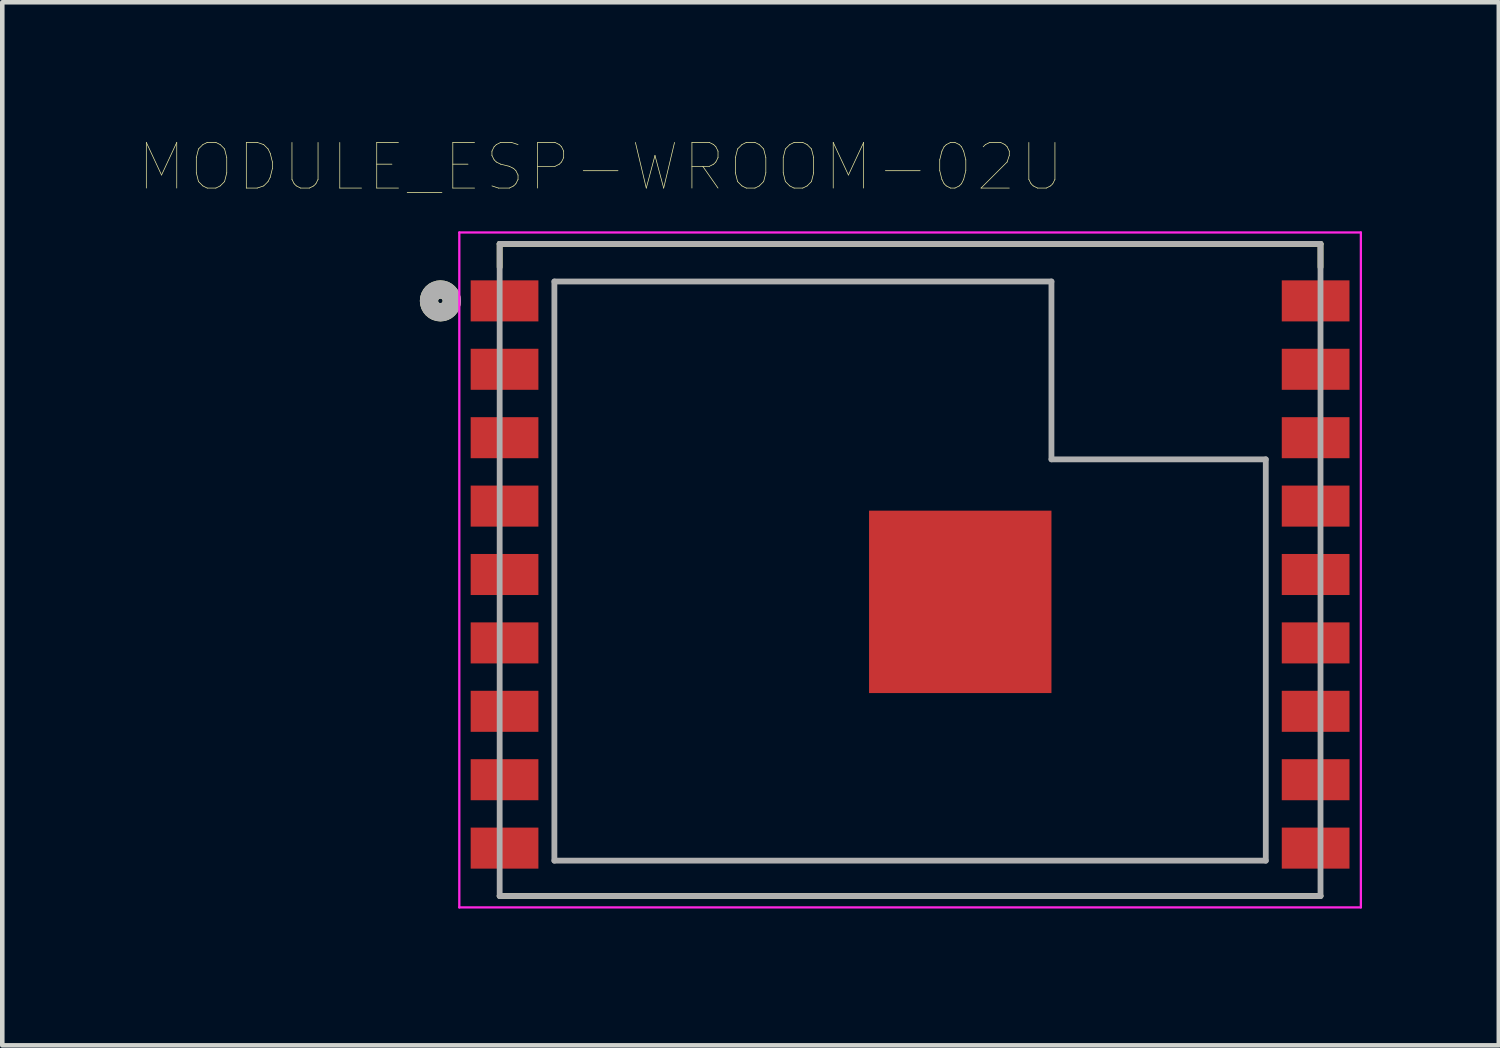
<source format=kicad_pcb>
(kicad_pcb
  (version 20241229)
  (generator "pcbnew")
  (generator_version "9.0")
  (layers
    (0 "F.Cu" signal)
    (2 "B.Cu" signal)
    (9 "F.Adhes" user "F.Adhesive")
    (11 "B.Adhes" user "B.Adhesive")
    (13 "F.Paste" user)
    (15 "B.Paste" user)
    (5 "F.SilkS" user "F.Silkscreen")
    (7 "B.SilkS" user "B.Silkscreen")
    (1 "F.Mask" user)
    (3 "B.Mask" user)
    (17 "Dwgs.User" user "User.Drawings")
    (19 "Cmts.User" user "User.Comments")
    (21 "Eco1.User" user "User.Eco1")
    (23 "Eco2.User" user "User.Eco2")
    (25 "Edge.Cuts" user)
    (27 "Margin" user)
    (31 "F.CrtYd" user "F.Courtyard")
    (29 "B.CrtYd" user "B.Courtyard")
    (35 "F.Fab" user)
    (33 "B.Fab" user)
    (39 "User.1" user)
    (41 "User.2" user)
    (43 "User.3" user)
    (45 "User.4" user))
  (footprint "MODULE_ESP-WROOM-02U"
    (layer "F.Cu")
    (at 16.907 9.448)
    (property "Reference" "MODULE_ESP-WROOM-02U" (at -6.786 -8.836 0) (layer "F.SilkS") (effects (font (size 1.001 1.001) (thickness 0.015))))
    (attr through_hole)
    (fp_line (start -9 -7.15) (end -9 -6.64) (stroke (width 0.127) (type solid)) (layer "F.SilkS"))
    (fp_line (start -9 -7.15) (end 9 -7.15) (stroke (width 0.127) (type solid)) (layer "F.SilkS"))
    (fp_line (start -9 7.15) (end 9 7.15) (stroke (width 0.127) (type solid)) (layer "F.SilkS"))
    (fp_line (start 9 -7.15) (end 9 -6.64) (stroke (width 0.127) (type solid)) (layer "F.SilkS"))
    (fp_circle (center -10.3 -5.9) (end -10.25 -5.9) (stroke (width 0.4) (type solid)) (fill no) (layer "F.SilkS"))
    (fp_poly (pts (xy -0.165 -0.565) (xy 2.365 -0.565) (xy 2.365 1.966) (xy -0.165 1.966)) (stroke (width 0.01) (type solid)) (fill yes) (layer "F.Paste"))
    (fp_line (start -9.885 -7.4) (end 9.885 -7.4) (stroke (width 0.05) (type solid)) (layer "F.CrtYd"))
    (fp_line (start -9.885 7.4) (end -9.885 -7.4) (stroke (width 0.05) (type solid)) (layer "F.CrtYd"))
    (fp_line (start 9.885 -7.4) (end 9.885 7.4) (stroke (width 0.05) (type solid)) (layer "F.CrtYd"))
    (fp_line (start 9.885 7.4) (end -9.885 7.4) (stroke (width 0.05) (type solid)) (layer "F.CrtYd"))
    (fp_line (start -9 -7.15) (end -9 7.15) (stroke (width 0.127) (type solid)) (layer "F.Fab"))
    (fp_line (start -9 7.15) (end 9 7.15) (stroke (width 0.127) (type solid)) (layer "F.Fab"))
    (fp_line (start -7.8 -6.325) (end -7.8 6.375) (stroke (width 0.127) (type solid)) (layer "F.Fab"))
    (fp_line (start -7.8 6.375) (end 7.8 6.375) (stroke (width 0.127) (type solid)) (layer "F.Fab"))
    (fp_line (start 3.1 -6.325) (end -7.8 -6.325) (stroke (width 0.127) (type solid)) (layer "F.Fab"))
    (fp_line (start 3.1 -6.325) (end 3.1 -2.425) (stroke (width 0.127) (type solid)) (layer "F.Fab"))
    (fp_line (start 3.1 -2.425) (end 7.8 -2.425) (stroke (width 0.127) (type solid)) (layer "F.Fab"))
    (fp_line (start 7.8 6.375) (end 7.8 -2.425) (stroke (width 0.127) (type solid)) (layer "F.Fab"))
    (fp_line (start 9 -7.15) (end -9 -7.15) (stroke (width 0.127) (type solid)) (layer "F.Fab"))
    (fp_line (start 9 7.15) (end 9 -7.15) (stroke (width 0.127) (type solid)) (layer "F.Fab"))
    (fp_circle (center -10.3 -5.9) (end -10.25 -5.9) (stroke (width 0.4) (type solid)) (fill no) (layer "F.Fab"))
    (pad "1" smd rect (at -8.893 -5.9) (size 1.485 0.9) (layers "F.Cu" "F.Mask" "F.Paste"))
    (pad "2" smd rect (at -8.893 -4.4) (size 1.485 0.9) (layers "F.Cu" "F.Mask" "F.Paste"))
    (pad "3" smd rect (at -8.893 -2.9) (size 1.485 0.9) (layers "F.Cu" "F.Mask" "F.Paste"))
    (pad "4" smd rect (at -8.893 -1.4) (size 1.485 0.9) (layers "F.Cu" "F.Mask" "F.Paste"))
    (pad "5" smd rect (at -8.893 0.1) (size 1.485 0.9) (layers "F.Cu" "F.Mask" "F.Paste"))
    (pad "6" smd rect (at -8.893 1.6) (size 1.485 0.9) (layers "F.Cu" "F.Mask" "F.Paste"))
    (pad "7" smd rect (at -8.893 3.1) (size 1.485 0.9) (layers "F.Cu" "F.Mask" "F.Paste"))
    (pad "8" smd rect (at -8.893 4.6) (size 1.485 0.9) (layers "F.Cu" "F.Mask" "F.Paste"))
    (pad "9" smd rect (at -8.893 6.1) (size 1.485 0.9) (layers "F.Cu" "F.Mask" "F.Paste"))
    (pad "10" smd rect (at 8.893 6.1) (size 1.485 0.9) (layers "F.Cu" "F.Mask" "F.Paste"))
    (pad "11" smd rect (at 8.893 4.6) (size 1.485 0.9) (layers "F.Cu" "F.Mask" "F.Paste"))
    (pad "12" smd rect (at 8.893 3.1) (size 1.485 0.9) (layers "F.Cu" "F.Mask" "F.Paste"))
    (pad "13" smd rect (at 8.893 1.6) (size 1.485 0.9) (layers "F.Cu" "F.Mask" "F.Paste"))
    (pad "14" smd rect (at 8.893 0.1) (size 1.485 0.9) (layers "F.Cu" "F.Mask" "F.Paste"))
    (pad "15" smd rect (at 8.893 -1.4) (size 1.485 0.9) (layers "F.Cu" "F.Mask" "F.Paste"))
    (pad "16" smd rect (at 8.893 -2.9) (size 1.485 0.9) (layers "F.Cu" "F.Mask" "F.Paste"))
    (pad "17" smd rect (at 8.893 -4.4) (size 1.485 0.9) (layers "F.Cu" "F.Mask" "F.Paste"))
    (pad "18" smd rect (at 8.893 -5.9) (size 1.485 0.9) (layers "F.Cu" "F.Mask" "F.Paste"))
    (pad "19" smd rect (at 1.1 0.7) (size 4 4) (layers "F.Cu" "F.Mask")))
  (gr_rect
    (start -3 -3)
    (end 29.817 19.873)
    (stroke (width 0.1) (type default))
    (fill no)
    (layer "Edge.Cuts")))
</source>
